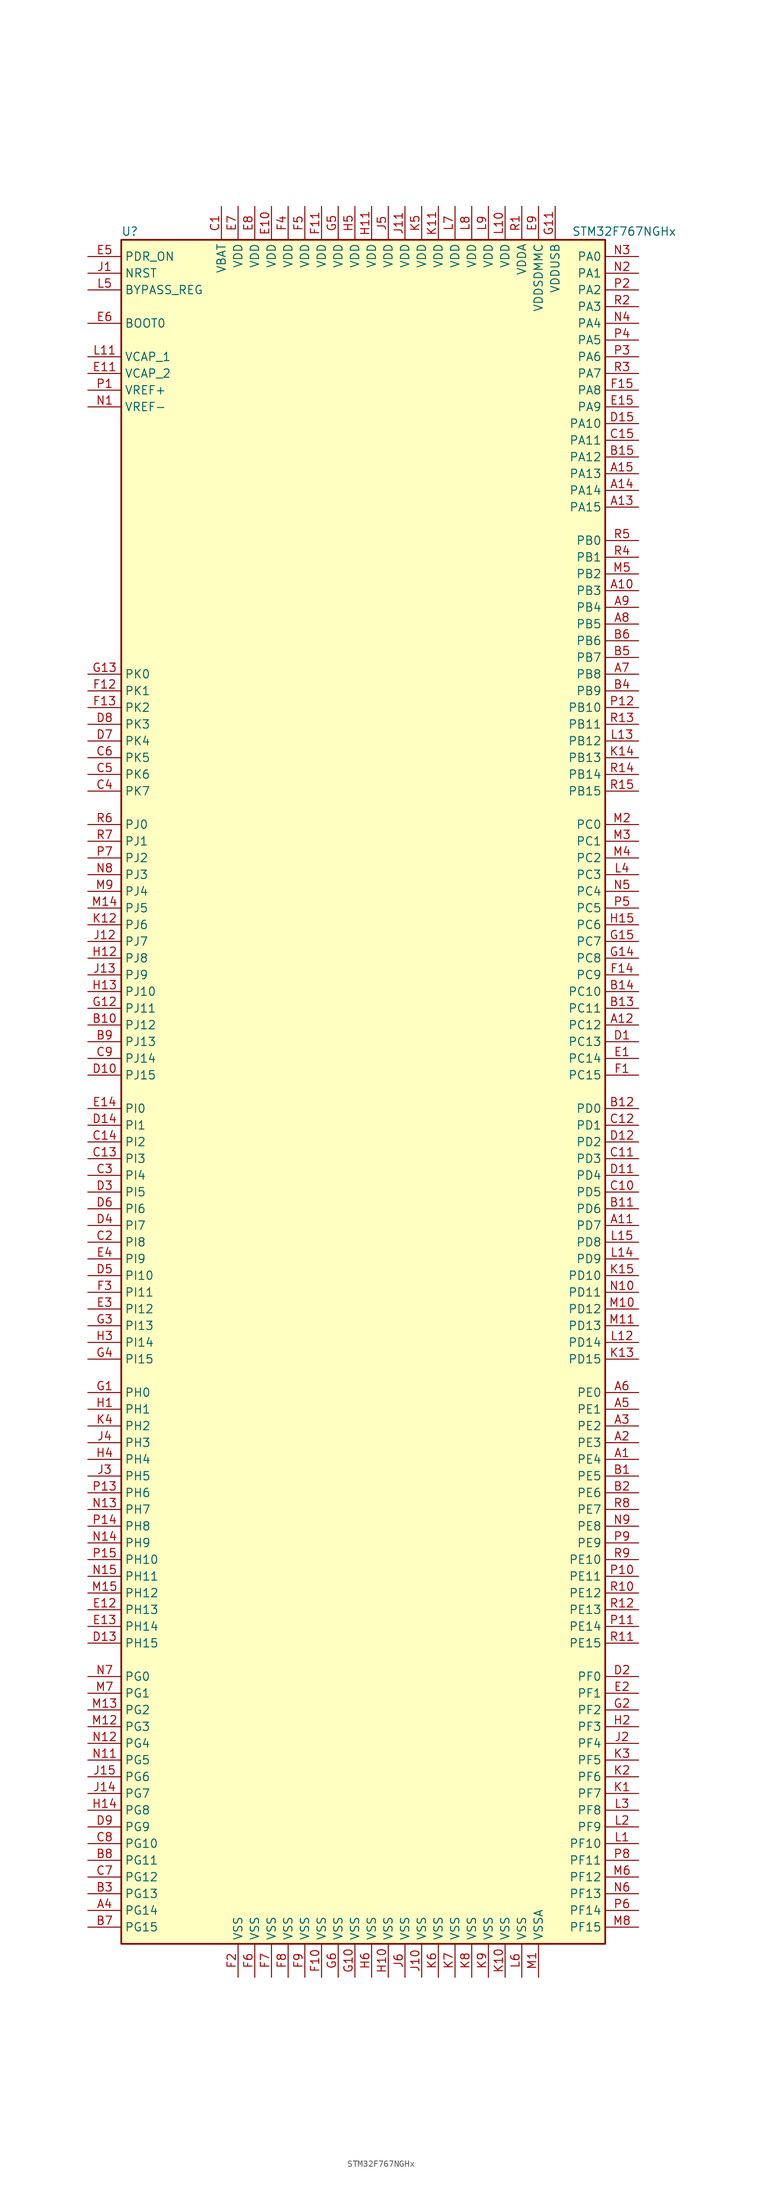
<source format=kicad_sym>
(kicad_symbol_lib
  (version 20201005)
  (generator kicad_symbol_editor)
  (symbol "STM32F767NGHx"
    (property "Reference" "U"
      (at -38.1 130.81 0)
      (effects (font (size 1.27 1.27)) (justify left)))
    (property "Value" "STM32F767NGHx"
      (at 30.48 130.81 0)
      (effects (font (size 1.27 1.27)) (justify left)))
    (symbol "STM32F767NGHx_0_1"
      (rectangle (start -38.1 -129.54) (end 35.56 129.54) (stroke (width 0.254)) (fill (type background))))
    (symbol "STM32F767NGHx_1_1"
      (pin input line (at -43.18 116.84 0) (length 5.08) (name "BOOT0" (effects (font (size 1.27 1.27)))) (number "E6" (effects (font (size 1.27 1.27)))))
      (pin input line (at -43.18 121.92 0) (length 5.08) (name "BYPASS_REG" (effects (font (size 1.27 1.27)))) (number "L5" (effects (font (size 1.27 1.27)))))
      (pin input line (at -43.18 124.46 0) (length 5.08) (name "NRST" (effects (font (size 1.27 1.27)))) (number "J1" (effects (font (size 1.27 1.27)))))
      (pin bidirectional line (at 40.64 127 180) (length 5.08) (name "PA0" (effects (font (size 1.27 1.27)))) (number "N3" (effects (font (size 1.27 1.27)))))
      (pin bidirectional line (at 40.64 124.46 180) (length 5.08) (name "PA1" (effects (font (size 1.27 1.27)))) (number "N2" (effects (font (size 1.27 1.27)))))
      (pin bidirectional line (at 40.64 101.6 180) (length 5.08) (name "PA10" (effects (font (size 1.27 1.27)))) (number "D15" (effects (font (size 1.27 1.27)))))
      (pin bidirectional line (at 40.64 99.06 180) (length 5.08) (name "PA11" (effects (font (size 1.27 1.27)))) (number "C15" (effects (font (size 1.27 1.27)))))
      (pin bidirectional line (at 40.64 96.52 180) (length 5.08) (name "PA12" (effects (font (size 1.27 1.27)))) (number "B15" (effects (font (size 1.27 1.27)))))
      (pin bidirectional line (at 40.64 93.98 180) (length 5.08) (name "PA13" (effects (font (size 1.27 1.27)))) (number "A15" (effects (font (size 1.27 1.27)))))
      (pin bidirectional line (at 40.64 91.44 180) (length 5.08) (name "PA14" (effects (font (size 1.27 1.27)))) (number "A14" (effects (font (size 1.27 1.27)))))
      (pin bidirectional line (at 40.64 88.9 180) (length 5.08) (name "PA15" (effects (font (size 1.27 1.27)))) (number "A13" (effects (font (size 1.27 1.27)))))
      (pin bidirectional line (at 40.64 121.92 180) (length 5.08) (name "PA2" (effects (font (size 1.27 1.27)))) (number "P2" (effects (font (size 1.27 1.27)))))
      (pin bidirectional line (at 40.64 119.38 180) (length 5.08) (name "PA3" (effects (font (size 1.27 1.27)))) (number "R2" (effects (font (size 1.27 1.27)))))
      (pin bidirectional line (at 40.64 116.84 180) (length 5.08) (name "PA4" (effects (font (size 1.27 1.27)))) (number "N4" (effects (font (size 1.27 1.27)))))
      (pin bidirectional line (at 40.64 114.3 180) (length 5.08) (name "PA5" (effects (font (size 1.27 1.27)))) (number "P4" (effects (font (size 1.27 1.27)))))
      (pin bidirectional line (at 40.64 111.76 180) (length 5.08) (name "PA6" (effects (font (size 1.27 1.27)))) (number "P3" (effects (font (size 1.27 1.27)))))
      (pin bidirectional line (at 40.64 109.22 180) (length 5.08) (name "PA7" (effects (font (size 1.27 1.27)))) (number "R3" (effects (font (size 1.27 1.27)))))
      (pin bidirectional line (at 40.64 106.68 180) (length 5.08) (name "PA8" (effects (font (size 1.27 1.27)))) (number "F15" (effects (font (size 1.27 1.27)))))
      (pin bidirectional line (at 40.64 104.14 180) (length 5.08) (name "PA9" (effects (font (size 1.27 1.27)))) (number "E15" (effects (font (size 1.27 1.27)))))
      (pin bidirectional line (at 40.64 83.82 180) (length 5.08) (name "PB0" (effects (font (size 1.27 1.27)))) (number "R5" (effects (font (size 1.27 1.27)))))
      (pin bidirectional line (at 40.64 81.28 180) (length 5.08) (name "PB1" (effects (font (size 1.27 1.27)))) (number "R4" (effects (font (size 1.27 1.27)))))
      (pin bidirectional line (at 40.64 58.42 180) (length 5.08) (name "PB10" (effects (font (size 1.27 1.27)))) (number "P12" (effects (font (size 1.27 1.27)))))
      (pin bidirectional line (at 40.64 55.88 180) (length 5.08) (name "PB11" (effects (font (size 1.27 1.27)))) (number "R13" (effects (font (size 1.27 1.27)))))
      (pin bidirectional line (at 40.64 53.34 180) (length 5.08) (name "PB12" (effects (font (size 1.27 1.27)))) (number "L13" (effects (font (size 1.27 1.27)))))
      (pin bidirectional line (at 40.64 50.8 180) (length 5.08) (name "PB13" (effects (font (size 1.27 1.27)))) (number "K14" (effects (font (size 1.27 1.27)))))
      (pin bidirectional line (at 40.64 48.26 180) (length 5.08) (name "PB14" (effects (font (size 1.27 1.27)))) (number "R14" (effects (font (size 1.27 1.27)))))
      (pin bidirectional line (at 40.64 45.72 180) (length 5.08) (name "PB15" (effects (font (size 1.27 1.27)))) (number "R15" (effects (font (size 1.27 1.27)))))
      (pin bidirectional line (at 40.64 78.74 180) (length 5.08) (name "PB2" (effects (font (size 1.27 1.27)))) (number "M5" (effects (font (size 1.27 1.27)))))
      (pin bidirectional line (at 40.64 76.2 180) (length 5.08) (name "PB3" (effects (font (size 1.27 1.27)))) (number "A10" (effects (font (size 1.27 1.27)))))
      (pin bidirectional line (at 40.64 73.66 180) (length 5.08) (name "PB4" (effects (font (size 1.27 1.27)))) (number "A9" (effects (font (size 1.27 1.27)))))
      (pin bidirectional line (at 40.64 71.12 180) (length 5.08) (name "PB5" (effects (font (size 1.27 1.27)))) (number "A8" (effects (font (size 1.27 1.27)))))
      (pin bidirectional line (at 40.64 68.58 180) (length 5.08) (name "PB6" (effects (font (size 1.27 1.27)))) (number "B6" (effects (font (size 1.27 1.27)))))
      (pin bidirectional line (at 40.64 66.04 180) (length 5.08) (name "PB7" (effects (font (size 1.27 1.27)))) (number "B5" (effects (font (size 1.27 1.27)))))
      (pin bidirectional line (at 40.64 63.5 180) (length 5.08) (name "PB8" (effects (font (size 1.27 1.27)))) (number "A7" (effects (font (size 1.27 1.27)))))
      (pin bidirectional line (at 40.64 60.96 180) (length 5.08) (name "PB9" (effects (font (size 1.27 1.27)))) (number "B4" (effects (font (size 1.27 1.27)))))
      (pin bidirectional line (at 40.64 40.64 180) (length 5.08) (name "PC0" (effects (font (size 1.27 1.27)))) (number "M2" (effects (font (size 1.27 1.27)))))
      (pin bidirectional line (at 40.64 38.1 180) (length 5.08) (name "PC1" (effects (font (size 1.27 1.27)))) (number "M3" (effects (font (size 1.27 1.27)))))
      (pin bidirectional line (at 40.64 15.24 180) (length 5.08) (name "PC10" (effects (font (size 1.27 1.27)))) (number "B14" (effects (font (size 1.27 1.27)))))
      (pin bidirectional line (at 40.64 12.7 180) (length 5.08) (name "PC11" (effects (font (size 1.27 1.27)))) (number "B13" (effects (font (size 1.27 1.27)))))
      (pin bidirectional line (at 40.64 10.16 180) (length 5.08) (name "PC12" (effects (font (size 1.27 1.27)))) (number "A12" (effects (font (size 1.27 1.27)))))
      (pin bidirectional line (at 40.64 7.62 180) (length 5.08) (name "PC13" (effects (font (size 1.27 1.27)))) (number "D1" (effects (font (size 1.27 1.27)))))
      (pin bidirectional line (at 40.64 5.08 180) (length 5.08) (name "PC14" (effects (font (size 1.27 1.27)))) (number "E1" (effects (font (size 1.27 1.27)))))
      (pin bidirectional line (at 40.64 2.54 180) (length 5.08) (name "PC15" (effects (font (size 1.27 1.27)))) (number "F1" (effects (font (size 1.27 1.27)))))
      (pin bidirectional line (at 40.64 35.56 180) (length 5.08) (name "PC2" (effects (font (size 1.27 1.27)))) (number "M4" (effects (font (size 1.27 1.27)))))
      (pin bidirectional line (at 40.64 33.02 180) (length 5.08) (name "PC3" (effects (font (size 1.27 1.27)))) (number "L4" (effects (font (size 1.27 1.27)))))
      (pin bidirectional line (at 40.64 30.48 180) (length 5.08) (name "PC4" (effects (font (size 1.27 1.27)))) (number "N5" (effects (font (size 1.27 1.27)))))
      (pin bidirectional line (at 40.64 27.94 180) (length 5.08) (name "PC5" (effects (font (size 1.27 1.27)))) (number "P5" (effects (font (size 1.27 1.27)))))
      (pin bidirectional line (at 40.64 25.4 180) (length 5.08) (name "PC6" (effects (font (size 1.27 1.27)))) (number "H15" (effects (font (size 1.27 1.27)))))
      (pin bidirectional line (at 40.64 22.86 180) (length 5.08) (name "PC7" (effects (font (size 1.27 1.27)))) (number "G15" (effects (font (size 1.27 1.27)))))
      (pin bidirectional line (at 40.64 20.32 180) (length 5.08) (name "PC8" (effects (font (size 1.27 1.27)))) (number "G14" (effects (font (size 1.27 1.27)))))
      (pin bidirectional line (at 40.64 17.78 180) (length 5.08) (name "PC9" (effects (font (size 1.27 1.27)))) (number "F14" (effects (font (size 1.27 1.27)))))
      (pin bidirectional line (at 40.64 -2.54 180) (length 5.08) (name "PD0" (effects (font (size 1.27 1.27)))) (number "B12" (effects (font (size 1.27 1.27)))))
      (pin bidirectional line (at 40.64 -5.08 180) (length 5.08) (name "PD1" (effects (font (size 1.27 1.27)))) (number "C12" (effects (font (size 1.27 1.27)))))
      (pin bidirectional line (at 40.64 -27.94 180) (length 5.08) (name "PD10" (effects (font (size 1.27 1.27)))) (number "K15" (effects (font (size 1.27 1.27)))))
      (pin bidirectional line (at 40.64 -30.48 180) (length 5.08) (name "PD11" (effects (font (size 1.27 1.27)))) (number "N10" (effects (font (size 1.27 1.27)))))
      (pin bidirectional line (at 40.64 -33.02 180) (length 5.08) (name "PD12" (effects (font (size 1.27 1.27)))) (number "M10" (effects (font (size 1.27 1.27)))))
      (pin bidirectional line (at 40.64 -35.56 180) (length 5.08) (name "PD13" (effects (font (size 1.27 1.27)))) (number "M11" (effects (font (size 1.27 1.27)))))
      (pin bidirectional line (at 40.64 -38.1 180) (length 5.08) (name "PD14" (effects (font (size 1.27 1.27)))) (number "L12" (effects (font (size 1.27 1.27)))))
      (pin bidirectional line (at 40.64 -40.64 180) (length 5.08) (name "PD15" (effects (font (size 1.27 1.27)))) (number "K13" (effects (font (size 1.27 1.27)))))
      (pin bidirectional line (at 40.64 -7.62 180) (length 5.08) (name "PD2" (effects (font (size 1.27 1.27)))) (number "D12" (effects (font (size 1.27 1.27)))))
      (pin bidirectional line (at 40.64 -10.16 180) (length 5.08) (name "PD3" (effects (font (size 1.27 1.27)))) (number "C11" (effects (font (size 1.27 1.27)))))
      (pin bidirectional line (at 40.64 -12.7 180) (length 5.08) (name "PD4" (effects (font (size 1.27 1.27)))) (number "D11" (effects (font (size 1.27 1.27)))))
      (pin bidirectional line (at 40.64 -15.24 180) (length 5.08) (name "PD5" (effects (font (size 1.27 1.27)))) (number "C10" (effects (font (size 1.27 1.27)))))
      (pin bidirectional line (at 40.64 -17.78 180) (length 5.08) (name "PD6" (effects (font (size 1.27 1.27)))) (number "B11" (effects (font (size 1.27 1.27)))))
      (pin bidirectional line (at 40.64 -20.32 180) (length 5.08) (name "PD7" (effects (font (size 1.27 1.27)))) (number "A11" (effects (font (size 1.27 1.27)))))
      (pin bidirectional line (at 40.64 -22.86 180) (length 5.08) (name "PD8" (effects (font (size 1.27 1.27)))) (number "L15" (effects (font (size 1.27 1.27)))))
      (pin bidirectional line (at 40.64 -25.4 180) (length 5.08) (name "PD9" (effects (font (size 1.27 1.27)))) (number "L14" (effects (font (size 1.27 1.27)))))
      (pin input line (at -43.18 127 0) (length 5.08) (name "PDR_ON" (effects (font (size 1.27 1.27)))) (number "E5" (effects (font (size 1.27 1.27)))))
      (pin bidirectional line (at 40.64 -45.72 180) (length 5.08) (name "PE0" (effects (font (size 1.27 1.27)))) (number "A6" (effects (font (size 1.27 1.27)))))
      (pin bidirectional line (at 40.64 -48.26 180) (length 5.08) (name "PE1" (effects (font (size 1.27 1.27)))) (number "A5" (effects (font (size 1.27 1.27)))))
      (pin bidirectional line (at 40.64 -71.12 180) (length 5.08) (name "PE10" (effects (font (size 1.27 1.27)))) (number "R9" (effects (font (size 1.27 1.27)))))
      (pin bidirectional line (at 40.64 -73.66 180) (length 5.08) (name "PE11" (effects (font (size 1.27 1.27)))) (number "P10" (effects (font (size 1.27 1.27)))))
      (pin bidirectional line (at 40.64 -76.2 180) (length 5.08) (name "PE12" (effects (font (size 1.27 1.27)))) (number "R10" (effects (font (size 1.27 1.27)))))
      (pin bidirectional line (at 40.64 -78.74 180) (length 5.08) (name "PE13" (effects (font (size 1.27 1.27)))) (number "R12" (effects (font (size 1.27 1.27)))))
      (pin bidirectional line (at 40.64 -81.28 180) (length 5.08) (name "PE14" (effects (font (size 1.27 1.27)))) (number "P11" (effects (font (size 1.27 1.27)))))
      (pin bidirectional line (at 40.64 -83.82 180) (length 5.08) (name "PE15" (effects (font (size 1.27 1.27)))) (number "R11" (effects (font (size 1.27 1.27)))))
      (pin bidirectional line (at 40.64 -50.8 180) (length 5.08) (name "PE2" (effects (font (size 1.27 1.27)))) (number "A3" (effects (font (size 1.27 1.27)))))
      (pin bidirectional line (at 40.64 -53.34 180) (length 5.08) (name "PE3" (effects (font (size 1.27 1.27)))) (number "A2" (effects (font (size 1.27 1.27)))))
      (pin bidirectional line (at 40.64 -55.88 180) (length 5.08) (name "PE4" (effects (font (size 1.27 1.27)))) (number "A1" (effects (font (size 1.27 1.27)))))
      (pin bidirectional line (at 40.64 -58.42 180) (length 5.08) (name "PE5" (effects (font (size 1.27 1.27)))) (number "B1" (effects (font (size 1.27 1.27)))))
      (pin bidirectional line (at 40.64 -60.96 180) (length 5.08) (name "PE6" (effects (font (size 1.27 1.27)))) (number "B2" (effects (font (size 1.27 1.27)))))
      (pin bidirectional line (at 40.64 -63.5 180) (length 5.08) (name "PE7" (effects (font (size 1.27 1.27)))) (number "R8" (effects (font (size 1.27 1.27)))))
      (pin bidirectional line (at 40.64 -66.04 180) (length 5.08) (name "PE8" (effects (font (size 1.27 1.27)))) (number "N9" (effects (font (size 1.27 1.27)))))
      (pin bidirectional line (at 40.64 -68.58 180) (length 5.08) (name "PE9" (effects (font (size 1.27 1.27)))) (number "P9" (effects (font (size 1.27 1.27)))))
      (pin bidirectional line (at 40.64 -88.9 180) (length 5.08) (name "PF0" (effects (font (size 1.27 1.27)))) (number "D2" (effects (font (size 1.27 1.27)))))
      (pin bidirectional line (at 40.64 -91.44 180) (length 5.08) (name "PF1" (effects (font (size 1.27 1.27)))) (number "E2" (effects (font (size 1.27 1.27)))))
      (pin bidirectional line (at 40.64 -114.3 180) (length 5.08) (name "PF10" (effects (font (size 1.27 1.27)))) (number "L1" (effects (font (size 1.27 1.27)))))
      (pin bidirectional line (at 40.64 -116.84 180) (length 5.08) (name "PF11" (effects (font (size 1.27 1.27)))) (number "P8" (effects (font (size 1.27 1.27)))))
      (pin bidirectional line (at 40.64 -119.38 180) (length 5.08) (name "PF12" (effects (font (size 1.27 1.27)))) (number "M6" (effects (font (size 1.27 1.27)))))
      (pin bidirectional line (at 40.64 -121.92 180) (length 5.08) (name "PF13" (effects (font (size 1.27 1.27)))) (number "N6" (effects (font (size 1.27 1.27)))))
      (pin bidirectional line (at 40.64 -124.46 180) (length 5.08) (name "PF14" (effects (font (size 1.27 1.27)))) (number "P6" (effects (font (size 1.27 1.27)))))
      (pin bidirectional line (at 40.64 -127 180) (length 5.08) (name "PF15" (effects (font (size 1.27 1.27)))) (number "M8" (effects (font (size 1.27 1.27)))))
      (pin bidirectional line (at 40.64 -93.98 180) (length 5.08) (name "PF2" (effects (font (size 1.27 1.27)))) (number "G2" (effects (font (size 1.27 1.27)))))
      (pin bidirectional line (at 40.64 -96.52 180) (length 5.08) (name "PF3" (effects (font (size 1.27 1.27)))) (number "H2" (effects (font (size 1.27 1.27)))))
      (pin bidirectional line (at 40.64 -99.06 180) (length 5.08) (name "PF4" (effects (font (size 1.27 1.27)))) (number "J2" (effects (font (size 1.27 1.27)))))
      (pin bidirectional line (at 40.64 -101.6 180) (length 5.08) (name "PF5" (effects (font (size 1.27 1.27)))) (number "K3" (effects (font (size 1.27 1.27)))))
      (pin bidirectional line (at 40.64 -104.14 180) (length 5.08) (name "PF6" (effects (font (size 1.27 1.27)))) (number "K2" (effects (font (size 1.27 1.27)))))
      (pin bidirectional line (at 40.64 -106.68 180) (length 5.08) (name "PF7" (effects (font (size 1.27 1.27)))) (number "K1" (effects (font (size 1.27 1.27)))))
      (pin bidirectional line (at 40.64 -109.22 180) (length 5.08) (name "PF8" (effects (font (size 1.27 1.27)))) (number "L3" (effects (font (size 1.27 1.27)))))
      (pin bidirectional line (at 40.64 -111.76 180) (length 5.08) (name "PF9" (effects (font (size 1.27 1.27)))) (number "L2" (effects (font (size 1.27 1.27)))))
      (pin bidirectional line (at -43.18 -88.9 0) (length 5.08) (name "PG0" (effects (font (size 1.27 1.27)))) (number "N7" (effects (font (size 1.27 1.27)))))
      (pin bidirectional line (at -43.18 -91.44 0) (length 5.08) (name "PG1" (effects (font (size 1.27 1.27)))) (number "M7" (effects (font (size 1.27 1.27)))))
      (pin bidirectional line (at -43.18 -114.3 0) (length 5.08) (name "PG10" (effects (font (size 1.27 1.27)))) (number "C8" (effects (font (size 1.27 1.27)))))
      (pin bidirectional line (at -43.18 -116.84 0) (length 5.08) (name "PG11" (effects (font (size 1.27 1.27)))) (number "B8" (effects (font (size 1.27 1.27)))))
      (pin bidirectional line (at -43.18 -119.38 0) (length 5.08) (name "PG12" (effects (font (size 1.27 1.27)))) (number "C7" (effects (font (size 1.27 1.27)))))
      (pin bidirectional line (at -43.18 -121.92 0) (length 5.08) (name "PG13" (effects (font (size 1.27 1.27)))) (number "B3" (effects (font (size 1.27 1.27)))))
      (pin bidirectional line (at -43.18 -124.46 0) (length 5.08) (name "PG14" (effects (font (size 1.27 1.27)))) (number "A4" (effects (font (size 1.27 1.27)))))
      (pin bidirectional line (at -43.18 -127 0) (length 5.08) (name "PG15" (effects (font (size 1.27 1.27)))) (number "B7" (effects (font (size 1.27 1.27)))))
      (pin bidirectional line (at -43.18 -93.98 0) (length 5.08) (name "PG2" (effects (font (size 1.27 1.27)))) (number "M13" (effects (font (size 1.27 1.27)))))
      (pin bidirectional line (at -43.18 -96.52 0) (length 5.08) (name "PG3" (effects (font (size 1.27 1.27)))) (number "M12" (effects (font (size 1.27 1.27)))))
      (pin bidirectional line (at -43.18 -99.06 0) (length 5.08) (name "PG4" (effects (font (size 1.27 1.27)))) (number "N12" (effects (font (size 1.27 1.27)))))
      (pin bidirectional line (at -43.18 -101.6 0) (length 5.08) (name "PG5" (effects (font (size 1.27 1.27)))) (number "N11" (effects (font (size 1.27 1.27)))))
      (pin bidirectional line (at -43.18 -104.14 0) (length 5.08) (name "PG6" (effects (font (size 1.27 1.27)))) (number "J15" (effects (font (size 1.27 1.27)))))
      (pin bidirectional line (at -43.18 -106.68 0) (length 5.08) (name "PG7" (effects (font (size 1.27 1.27)))) (number "J14" (effects (font (size 1.27 1.27)))))
      (pin bidirectional line (at -43.18 -109.22 0) (length 5.08) (name "PG8" (effects (font (size 1.27 1.27)))) (number "H14" (effects (font (size 1.27 1.27)))))
      (pin bidirectional line (at -43.18 -111.76 0) (length 5.08) (name "PG9" (effects (font (size 1.27 1.27)))) (number "D9" (effects (font (size 1.27 1.27)))))
      (pin input line (at -43.18 -45.72 0) (length 5.08) (name "PH0" (effects (font (size 1.27 1.27)))) (number "G1" (effects (font (size 1.27 1.27)))))
      (pin input line (at -43.18 -48.26 0) (length 5.08) (name "PH1" (effects (font (size 1.27 1.27)))) (number "H1" (effects (font (size 1.27 1.27)))))
      (pin bidirectional line (at -43.18 -71.12 0) (length 5.08) (name "PH10" (effects (font (size 1.27 1.27)))) (number "P15" (effects (font (size 1.27 1.27)))))
      (pin bidirectional line (at -43.18 -73.66 0) (length 5.08) (name "PH11" (effects (font (size 1.27 1.27)))) (number "N15" (effects (font (size 1.27 1.27)))))
      (pin bidirectional line (at -43.18 -76.2 0) (length 5.08) (name "PH12" (effects (font (size 1.27 1.27)))) (number "M15" (effects (font (size 1.27 1.27)))))
      (pin bidirectional line (at -43.18 -78.74 0) (length 5.08) (name "PH13" (effects (font (size 1.27 1.27)))) (number "E12" (effects (font (size 1.27 1.27)))))
      (pin bidirectional line (at -43.18 -81.28 0) (length 5.08) (name "PH14" (effects (font (size 1.27 1.27)))) (number "E13" (effects (font (size 1.27 1.27)))))
      (pin bidirectional line (at -43.18 -83.82 0) (length 5.08) (name "PH15" (effects (font (size 1.27 1.27)))) (number "D13" (effects (font (size 1.27 1.27)))))
      (pin bidirectional line (at -43.18 -50.8 0) (length 5.08) (name "PH2" (effects (font (size 1.27 1.27)))) (number "K4" (effects (font (size 1.27 1.27)))))
      (pin bidirectional line (at -43.18 -53.34 0) (length 5.08) (name "PH3" (effects (font (size 1.27 1.27)))) (number "J4" (effects (font (size 1.27 1.27)))))
      (pin bidirectional line (at -43.18 -55.88 0) (length 5.08) (name "PH4" (effects (font (size 1.27 1.27)))) (number "H4" (effects (font (size 1.27 1.27)))))
      (pin bidirectional line (at -43.18 -58.42 0) (length 5.08) (name "PH5" (effects (font (size 1.27 1.27)))) (number "J3" (effects (font (size 1.27 1.27)))))
      (pin bidirectional line (at -43.18 -60.96 0) (length 5.08) (name "PH6" (effects (font (size 1.27 1.27)))) (number "P13" (effects (font (size 1.27 1.27)))))
      (pin bidirectional line (at -43.18 -63.5 0) (length 5.08) (name "PH7" (effects (font (size 1.27 1.27)))) (number "N13" (effects (font (size 1.27 1.27)))))
      (pin bidirectional line (at -43.18 -66.04 0) (length 5.08) (name "PH8" (effects (font (size 1.27 1.27)))) (number "P14" (effects (font (size 1.27 1.27)))))
      (pin bidirectional line (at -43.18 -68.58 0) (length 5.08) (name "PH9" (effects (font (size 1.27 1.27)))) (number "N14" (effects (font (size 1.27 1.27)))))
      (pin bidirectional line (at -43.18 -2.54 0) (length 5.08) (name "PI0" (effects (font (size 1.27 1.27)))) (number "E14" (effects (font (size 1.27 1.27)))))
      (pin bidirectional line (at -43.18 -5.08 0) (length 5.08) (name "PI1" (effects (font (size 1.27 1.27)))) (number "D14" (effects (font (size 1.27 1.27)))))
      (pin bidirectional line (at -43.18 -27.94 0) (length 5.08) (name "PI10" (effects (font (size 1.27 1.27)))) (number "D5" (effects (font (size 1.27 1.27)))))
      (pin bidirectional line (at -43.18 -30.48 0) (length 5.08) (name "PI11" (effects (font (size 1.27 1.27)))) (number "F3" (effects (font (size 1.27 1.27)))))
      (pin bidirectional line (at -43.18 -33.02 0) (length 5.08) (name "PI12" (effects (font (size 1.27 1.27)))) (number "E3" (effects (font (size 1.27 1.27)))))
      (pin bidirectional line (at -43.18 -35.56 0) (length 5.08) (name "PI13" (effects (font (size 1.27 1.27)))) (number "G3" (effects (font (size 1.27 1.27)))))
      (pin bidirectional line (at -43.18 -38.1 0) (length 5.08) (name "PI14" (effects (font (size 1.27 1.27)))) (number "H3" (effects (font (size 1.27 1.27)))))
      (pin bidirectional line (at -43.18 -40.64 0) (length 5.08) (name "PI15" (effects (font (size 1.27 1.27)))) (number "G4" (effects (font (size 1.27 1.27)))))
      (pin bidirectional line (at -43.18 -7.62 0) (length 5.08) (name "PI2" (effects (font (size 1.27 1.27)))) (number "C14" (effects (font (size 1.27 1.27)))))
      (pin bidirectional line (at -43.18 -10.16 0) (length 5.08) (name "PI3" (effects (font (size 1.27 1.27)))) (number "C13" (effects (font (size 1.27 1.27)))))
      (pin bidirectional line (at -43.18 -12.7 0) (length 5.08) (name "PI4" (effects (font (size 1.27 1.27)))) (number "C3" (effects (font (size 1.27 1.27)))))
      (pin bidirectional line (at -43.18 -15.24 0) (length 5.08) (name "PI5" (effects (font (size 1.27 1.27)))) (number "D3" (effects (font (size 1.27 1.27)))))
      (pin bidirectional line (at -43.18 -17.78 0) (length 5.08) (name "PI6" (effects (font (size 1.27 1.27)))) (number "D6" (effects (font (size 1.27 1.27)))))
      (pin bidirectional line (at -43.18 -20.32 0) (length 5.08) (name "PI7" (effects (font (size 1.27 1.27)))) (number "D4" (effects (font (size 1.27 1.27)))))
      (pin bidirectional line (at -43.18 -22.86 0) (length 5.08) (name "PI8" (effects (font (size 1.27 1.27)))) (number "C2" (effects (font (size 1.27 1.27)))))
      (pin bidirectional line (at -43.18 -25.4 0) (length 5.08) (name "PI9" (effects (font (size 1.27 1.27)))) (number "E4" (effects (font (size 1.27 1.27)))))
      (pin bidirectional line (at -43.18 40.64 0) (length 5.08) (name "PJ0" (effects (font (size 1.27 1.27)))) (number "R6" (effects (font (size 1.27 1.27)))))
      (pin bidirectional line (at -43.18 38.1 0) (length 5.08) (name "PJ1" (effects (font (size 1.27 1.27)))) (number "R7" (effects (font (size 1.27 1.27)))))
      (pin bidirectional line (at -43.18 15.24 0) (length 5.08) (name "PJ10" (effects (font (size 1.27 1.27)))) (number "H13" (effects (font (size 1.27 1.27)))))
      (pin bidirectional line (at -43.18 12.7 0) (length 5.08) (name "PJ11" (effects (font (size 1.27 1.27)))) (number "G12" (effects (font (size 1.27 1.27)))))
      (pin bidirectional line (at -43.18 10.16 0) (length 5.08) (name "PJ12" (effects (font (size 1.27 1.27)))) (number "B10" (effects (font (size 1.27 1.27)))))
      (pin bidirectional line (at -43.18 7.62 0) (length 5.08) (name "PJ13" (effects (font (size 1.27 1.27)))) (number "B9" (effects (font (size 1.27 1.27)))))
      (pin bidirectional line (at -43.18 5.08 0) (length 5.08) (name "PJ14" (effects (font (size 1.27 1.27)))) (number "C9" (effects (font (size 1.27 1.27)))))
      (pin bidirectional line (at -43.18 2.54 0) (length 5.08) (name "PJ15" (effects (font (size 1.27 1.27)))) (number "D10" (effects (font (size 1.27 1.27)))))
      (pin bidirectional line (at -43.18 35.56 0) (length 5.08) (name "PJ2" (effects (font (size 1.27 1.27)))) (number "P7" (effects (font (size 1.27 1.27)))))
      (pin bidirectional line (at -43.18 33.02 0) (length 5.08) (name "PJ3" (effects (font (size 1.27 1.27)))) (number "N8" (effects (font (size 1.27 1.27)))))
      (pin bidirectional line (at -43.18 30.48 0) (length 5.08) (name "PJ4" (effects (font (size 1.27 1.27)))) (number "M9" (effects (font (size 1.27 1.27)))))
      (pin bidirectional line (at -43.18 27.94 0) (length 5.08) (name "PJ5" (effects (font (size 1.27 1.27)))) (number "M14" (effects (font (size 1.27 1.27)))))
      (pin bidirectional line (at -43.18 25.4 0) (length 5.08) (name "PJ6" (effects (font (size 1.27 1.27)))) (number "K12" (effects (font (size 1.27 1.27)))))
      (pin bidirectional line (at -43.18 22.86 0) (length 5.08) (name "PJ7" (effects (font (size 1.27 1.27)))) (number "J12" (effects (font (size 1.27 1.27)))))
      (pin bidirectional line (at -43.18 20.32 0) (length 5.08) (name "PJ8" (effects (font (size 1.27 1.27)))) (number "H12" (effects (font (size 1.27 1.27)))))
      (pin bidirectional line (at -43.18 17.78 0) (length 5.08) (name "PJ9" (effects (font (size 1.27 1.27)))) (number "J13" (effects (font (size 1.27 1.27)))))
      (pin bidirectional line (at -43.18 63.5 0) (length 5.08) (name "PK0" (effects (font (size 1.27 1.27)))) (number "G13" (effects (font (size 1.27 1.27)))))
      (pin bidirectional line (at -43.18 60.96 0) (length 5.08) (name "PK1" (effects (font (size 1.27 1.27)))) (number "F12" (effects (font (size 1.27 1.27)))))
      (pin bidirectional line (at -43.18 58.42 0) (length 5.08) (name "PK2" (effects (font (size 1.27 1.27)))) (number "F13" (effects (font (size 1.27 1.27)))))
      (pin bidirectional line (at -43.18 55.88 0) (length 5.08) (name "PK3" (effects (font (size 1.27 1.27)))) (number "D8" (effects (font (size 1.27 1.27)))))
      (pin bidirectional line (at -43.18 53.34 0) (length 5.08) (name "PK4" (effects (font (size 1.27 1.27)))) (number "D7" (effects (font (size 1.27 1.27)))))
      (pin bidirectional line (at -43.18 50.8 0) (length 5.08) (name "PK5" (effects (font (size 1.27 1.27)))) (number "C6" (effects (font (size 1.27 1.27)))))
      (pin bidirectional line (at -43.18 48.26 0) (length 5.08) (name "PK6" (effects (font (size 1.27 1.27)))) (number "C5" (effects (font (size 1.27 1.27)))))
      (pin bidirectional line (at -43.18 45.72 0) (length 5.08) (name "PK7" (effects (font (size 1.27 1.27)))) (number "C4" (effects (font (size 1.27 1.27)))))
      (pin power_in line (at -22.86 134.62 270) (length 5.08) (name "VBAT" (effects (font (size 1.27 1.27)))) (number "C1" (effects (font (size 1.27 1.27)))))
      (pin power_in line (at -43.18 111.76 0) (length 5.08) (name "VCAP_1" (effects (font (size 1.27 1.27)))) (number "L11" (effects (font (size 1.27 1.27)))))
      (pin power_in line (at -43.18 109.22 0) (length 5.08) (name "VCAP_2" (effects (font (size 1.27 1.27)))) (number "E11" (effects (font (size 1.27 1.27)))))
      (pin power_in line (at -15.24 134.62 270) (length 5.08) (name "VDD" (effects (font (size 1.27 1.27)))) (number "E10" (effects (font (size 1.27 1.27)))))
      (pin power_in line (at -20.32 134.62 270) (length 5.08) (name "VDD" (effects (font (size 1.27 1.27)))) (number "E7" (effects (font (size 1.27 1.27)))))
      (pin power_in line (at -17.78 134.62 270) (length 5.08) (name "VDD" (effects (font (size 1.27 1.27)))) (number "E8" (effects (font (size 1.27 1.27)))))
      (pin power_in line (at -7.62 134.62 270) (length 5.08) (name "VDD" (effects (font (size 1.27 1.27)))) (number "F11" (effects (font (size 1.27 1.27)))))
      (pin power_in line (at -12.7 134.62 270) (length 5.08) (name "VDD" (effects (font (size 1.27 1.27)))) (number "F4" (effects (font (size 1.27 1.27)))))
      (pin power_in line (at -10.16 134.62 270) (length 5.08) (name "VDD" (effects (font (size 1.27 1.27)))) (number "F5" (effects (font (size 1.27 1.27)))))
      (pin power_in line (at -5.08 134.62 270) (length 5.08) (name "VDD" (effects (font (size 1.27 1.27)))) (number "G5" (effects (font (size 1.27 1.27)))))
      (pin power_in line (at 0 134.62 270) (length 5.08) (name "VDD" (effects (font (size 1.27 1.27)))) (number "H11" (effects (font (size 1.27 1.27)))))
      (pin power_in line (at -2.54 134.62 270) (length 5.08) (name "VDD" (effects (font (size 1.27 1.27)))) (number "H5" (effects (font (size 1.27 1.27)))))
      (pin power_in line (at 5.08 134.62 270) (length 5.08) (name "VDD" (effects (font (size 1.27 1.27)))) (number "J11" (effects (font (size 1.27 1.27)))))
      (pin power_in line (at 2.54 134.62 270) (length 5.08) (name "VDD" (effects (font (size 1.27 1.27)))) (number "J5" (effects (font (size 1.27 1.27)))))
      (pin power_in line (at 10.16 134.62 270) (length 5.08) (name "VDD" (effects (font (size 1.27 1.27)))) (number "K11" (effects (font (size 1.27 1.27)))))
      (pin power_in line (at 7.62 134.62 270) (length 5.08) (name "VDD" (effects (font (size 1.27 1.27)))) (number "K5" (effects (font (size 1.27 1.27)))))
      (pin power_in line (at 20.32 134.62 270) (length 5.08) (name "VDD" (effects (font (size 1.27 1.27)))) (number "L10" (effects (font (size 1.27 1.27)))))
      (pin power_in line (at 12.7 134.62 270) (length 5.08) (name "VDD" (effects (font (size 1.27 1.27)))) (number "L7" (effects (font (size 1.27 1.27)))))
      (pin power_in line (at 15.24 134.62 270) (length 5.08) (name "VDD" (effects (font (size 1.27 1.27)))) (number "L8" (effects (font (size 1.27 1.27)))))
      (pin power_in line (at 17.78 134.62 270) (length 5.08) (name "VDD" (effects (font (size 1.27 1.27)))) (number "L9" (effects (font (size 1.27 1.27)))))
      (pin power_in line (at 22.86 134.62 270) (length 5.08) (name "VDDA" (effects (font (size 1.27 1.27)))) (number "R1" (effects (font (size 1.27 1.27)))))
      (pin power_in line (at 25.4 134.62 270) (length 5.08) (name "VDDSDMMC" (effects (font (size 1.27 1.27)))) (number "E9" (effects (font (size 1.27 1.27)))))
      (pin power_in line (at 27.94 134.62 270) (length 5.08) (name "VDDUSB" (effects (font (size 1.27 1.27)))) (number "G11" (effects (font (size 1.27 1.27)))))
      (pin power_in line (at -43.18 106.68 0) (length 5.08) (name "VREF+" (effects (font (size 1.27 1.27)))) (number "P1" (effects (font (size 1.27 1.27)))))
      (pin power_in line (at -43.18 104.14 0) (length 5.08) (name "VREF-" (effects (font (size 1.27 1.27)))) (number "N1" (effects (font (size 1.27 1.27)))))
      (pin power_in line (at -7.62 -134.62 90) (length 5.08) (name "VSS" (effects (font (size 1.27 1.27)))) (number "F10" (effects (font (size 1.27 1.27)))))
      (pin power_in line (at -20.32 -134.62 90) (length 5.08) (name "VSS" (effects (font (size 1.27 1.27)))) (number "F2" (effects (font (size 1.27 1.27)))))
      (pin power_in line (at -17.78 -134.62 90) (length 5.08) (name "VSS" (effects (font (size 1.27 1.27)))) (number "F6" (effects (font (size 1.27 1.27)))))
      (pin power_in line (at -15.24 -134.62 90) (length 5.08) (name "VSS" (effects (font (size 1.27 1.27)))) (number "F7" (effects (font (size 1.27 1.27)))))
      (pin power_in line (at -12.7 -134.62 90) (length 5.08) (name "VSS" (effects (font (size 1.27 1.27)))) (number "F8" (effects (font (size 1.27 1.27)))))
      (pin power_in line (at -10.16 -134.62 90) (length 5.08) (name "VSS" (effects (font (size 1.27 1.27)))) (number "F9" (effects (font (size 1.27 1.27)))))
      (pin power_in line (at -2.54 -134.62 90) (length 5.08) (name "VSS" (effects (font (size 1.27 1.27)))) (number "G10" (effects (font (size 1.27 1.27)))))
      (pin power_in line (at -5.08 -134.62 90) (length 5.08) (name "VSS" (effects (font (size 1.27 1.27)))) (number "G6" (effects (font (size 1.27 1.27)))))
      (pin power_in line (at 2.54 -134.62 90) (length 5.08) (name "VSS" (effects (font (size 1.27 1.27)))) (number "H10" (effects (font (size 1.27 1.27)))))
      (pin power_in line (at 0 -134.62 90) (length 5.08) (name "VSS" (effects (font (size 1.27 1.27)))) (number "H6" (effects (font (size 1.27 1.27)))))
      (pin power_in line (at 7.62 -134.62 90) (length 5.08) (name "VSS" (effects (font (size 1.27 1.27)))) (number "J10" (effects (font (size 1.27 1.27)))))
      (pin power_in line (at 5.08 -134.62 90) (length 5.08) (name "VSS" (effects (font (size 1.27 1.27)))) (number "J6" (effects (font (size 1.27 1.27)))))
      (pin power_in line (at 20.32 -134.62 90) (length 5.08) (name "VSS" (effects (font (size 1.27 1.27)))) (number "K10" (effects (font (size 1.27 1.27)))))
      (pin power_in line (at 10.16 -134.62 90) (length 5.08) (name "VSS" (effects (font (size 1.27 1.27)))) (number "K6" (effects (font (size 1.27 1.27)))))
      (pin power_in line (at 12.7 -134.62 90) (length 5.08) (name "VSS" (effects (font (size 1.27 1.27)))) (number "K7" (effects (font (size 1.27 1.27)))))
      (pin power_in line (at 15.24 -134.62 90) (length 5.08) (name "VSS" (effects (font (size 1.27 1.27)))) (number "K8" (effects (font (size 1.27 1.27)))))
      (pin power_in line (at 17.78 -134.62 90) (length 5.08) (name "VSS" (effects (font (size 1.27 1.27)))) (number "K9" (effects (font (size 1.27 1.27)))))
      (pin power_in line (at 22.86 -134.62 90) (length 5.08) (name "VSS" (effects (font (size 1.27 1.27)))) (number "L6" (effects (font (size 1.27 1.27)))))
      (pin power_in line (at 25.4 -134.62 90) (length 5.08) (name "VSSA" (effects (font (size 1.27 1.27)))) (number "M1" (effects (font (size 1.27 1.27))))))))
</source>
